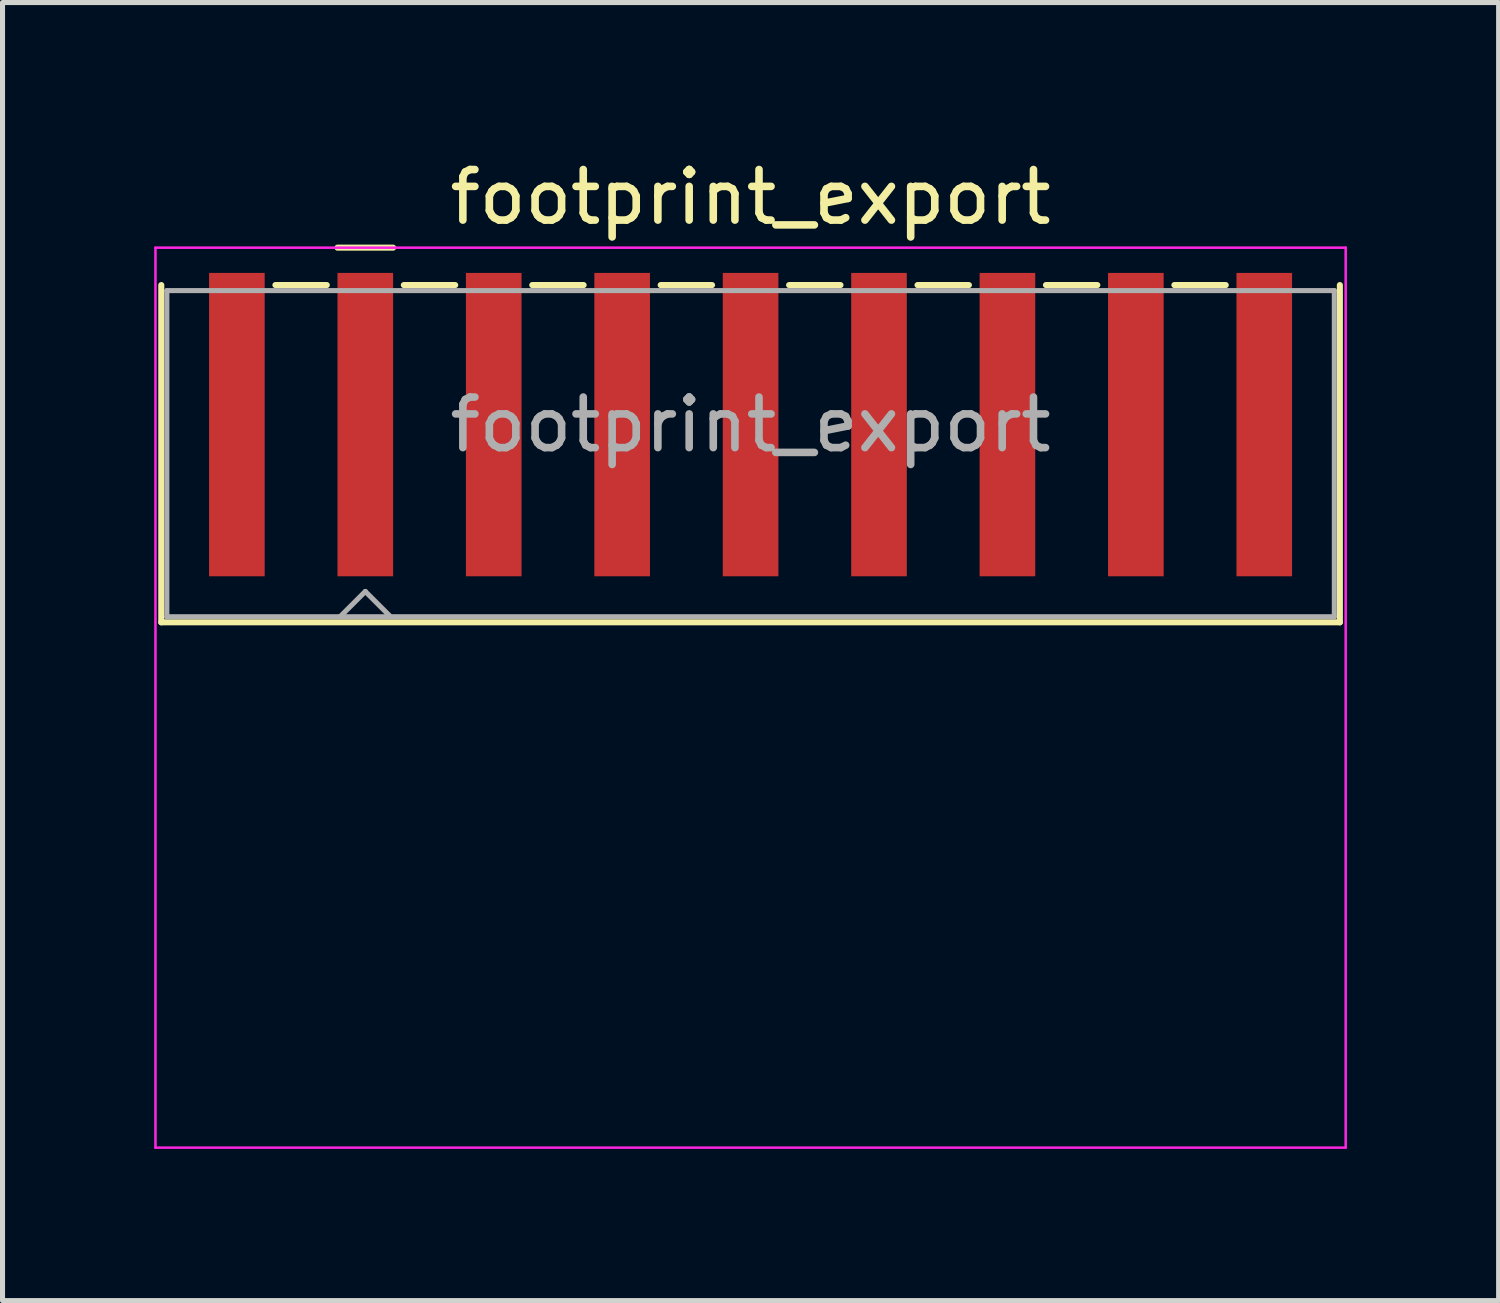
<source format=kicad_pcb>
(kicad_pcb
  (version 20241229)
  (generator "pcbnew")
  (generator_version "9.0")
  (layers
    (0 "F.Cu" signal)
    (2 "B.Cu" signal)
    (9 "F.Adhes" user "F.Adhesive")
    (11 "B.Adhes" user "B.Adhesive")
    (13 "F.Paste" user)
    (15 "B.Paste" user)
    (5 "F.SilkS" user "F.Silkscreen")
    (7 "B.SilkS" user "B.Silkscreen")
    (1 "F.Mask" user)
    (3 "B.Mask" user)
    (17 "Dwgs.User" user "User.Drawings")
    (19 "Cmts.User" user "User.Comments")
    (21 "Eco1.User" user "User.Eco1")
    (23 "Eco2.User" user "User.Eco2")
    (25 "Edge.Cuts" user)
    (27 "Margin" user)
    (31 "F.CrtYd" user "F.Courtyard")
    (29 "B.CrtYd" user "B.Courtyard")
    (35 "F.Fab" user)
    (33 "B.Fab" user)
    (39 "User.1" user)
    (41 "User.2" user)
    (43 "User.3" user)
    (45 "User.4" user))
  (footprint "footprint_export"
    (layer "F.Cu")
    (at 11.795 6.648)
    (property "Reference" "footprint_export" (at 0 -5.8 0) (layer "F.SilkS") (effects (font (size 1 1) (thickness 0.15))))
    (attr smd)
    (fp_line (start -11.655 -4.06) (end -11.655 2.61) (stroke (width 0.12) (type solid)) (layer "F.SilkS"))
    (fp_line (start -9.398 -4.06) (end -8.382 -4.06) (stroke (width 0.12) (type solid)) (layer "F.SilkS"))
    (fp_line (start -8.17 -4.8) (end -7.07 -4.8) (stroke (width 0.12) (type solid)) (layer "F.SilkS"))
    (fp_line (start -6.858 -4.06) (end -5.842 -4.06) (stroke (width 0.12) (type solid)) (layer "F.SilkS"))
    (fp_line (start -4.318 -4.06) (end -3.302 -4.06) (stroke (width 0.12) (type solid)) (layer "F.SilkS"))
    (fp_line (start -1.778 -4.06) (end -0.762 -4.06) (stroke (width 0.12) (type solid)) (layer "F.SilkS"))
    (fp_line (start 0.762 -4.06) (end 1.778 -4.06) (stroke (width 0.12) (type solid)) (layer "F.SilkS"))
    (fp_line (start 3.302 -4.06) (end 4.318 -4.06) (stroke (width 0.12) (type solid)) (layer "F.SilkS"))
    (fp_line (start 5.842 -4.06) (end 6.858 -4.06) (stroke (width 0.12) (type solid)) (layer "F.SilkS"))
    (fp_line (start 8.382 -4.06) (end 9.398 -4.06) (stroke (width 0.12) (type solid)) (layer "F.SilkS"))
    (fp_line (start 11.655 -4.06) (end 11.655 2.61) (stroke (width 0.12) (type solid)) (layer "F.SilkS"))
    (fp_line (start 11.655 2.61) (end -11.655 2.61) (stroke (width 0.12) (type solid)) (layer "F.SilkS"))
    (fp_line (start -11.77 -4.8) (end -11.77 13) (stroke (width 0.05) (type solid)) (layer "F.CrtYd"))
    (fp_line (start -11.77 13) (end 11.77 13) (stroke (width 0.05) (type solid)) (layer "F.CrtYd"))
    (fp_line (start 11.77 -4.8) (end -11.77 -4.8) (stroke (width 0.05) (type solid)) (layer "F.CrtYd"))
    (fp_line (start 11.77 13) (end 11.77 -4.8) (stroke (width 0.05) (type solid)) (layer "F.CrtYd"))
    (fp_line (start -11.545 -3.95) (end -11.545 2.5) (stroke (width 0.1) (type solid)) (layer "F.Fab"))
    (fp_line (start -11.545 2.5) (end 11.545 2.5) (stroke (width 0.1) (type solid)) (layer "F.Fab"))
    (fp_line (start -8.12 2.5) (end -7.62 2) (stroke (width 0.1) (type solid)) (layer "F.Fab"))
    (fp_line (start -7.62 2) (end -7.12 2.5) (stroke (width 0.1) (type solid)) (layer "F.Fab"))
    (fp_line (start 11.545 -3.95) (end -11.545 -3.95) (stroke (width 0.1) (type solid)) (layer "F.Fab"))
    (fp_line (start 11.545 2.5) (end 11.545 -3.95) (stroke (width 0.1) (type solid)) (layer "F.Fab"))
    (fp_text user "${REFERENCE}" (at 0 -1.3 0) (layer "F.Fab") (effects (font (size 1 1) (thickness 0.15))))
    (pad "1" smd rect (at -7.62 -1.3) (size 1.1 6) (layers "F.Cu" "F.Mask" "F.Paste"))
    (pad "2" smd rect (at -5.08 -1.3) (size 1.1 6) (layers "F.Cu" "F.Mask" "F.Paste"))
    (pad "3" smd rect (at -2.54 -1.3) (size 1.1 6) (layers "F.Cu" "F.Mask" "F.Paste"))
    (pad "4" smd rect (at 0 -1.3) (size 1.1 6) (layers "F.Cu" "F.Mask" "F.Paste"))
    (pad "5" smd rect (at 2.54 -1.3) (size 1.1 6) (layers "F.Cu" "F.Mask" "F.Paste"))
    (pad "6" smd rect (at 5.08 -1.3) (size 1.1 6) (layers "F.Cu" "F.Mask" "F.Paste"))
    (pad "7" smd rect (at 7.62 -1.3) (size 1.1 6) (layers "F.Cu" "F.Mask" "F.Paste"))
    (pad "MP" smd rect (at -10.16 -1.3) (size 1.1 6) (layers "F.Cu" "F.Mask" "F.Paste"))
    (pad "MP" smd rect (at 10.16 -1.3) (size 1.1 6) (layers "F.Cu" "F.Mask" "F.Paste")))
  (gr_rect
    (start -3 -3)
    (end 26.59 22.673)
    (stroke (width 0.1) (type default))
    (fill no)
    (layer "Edge.Cuts")))
</source>
